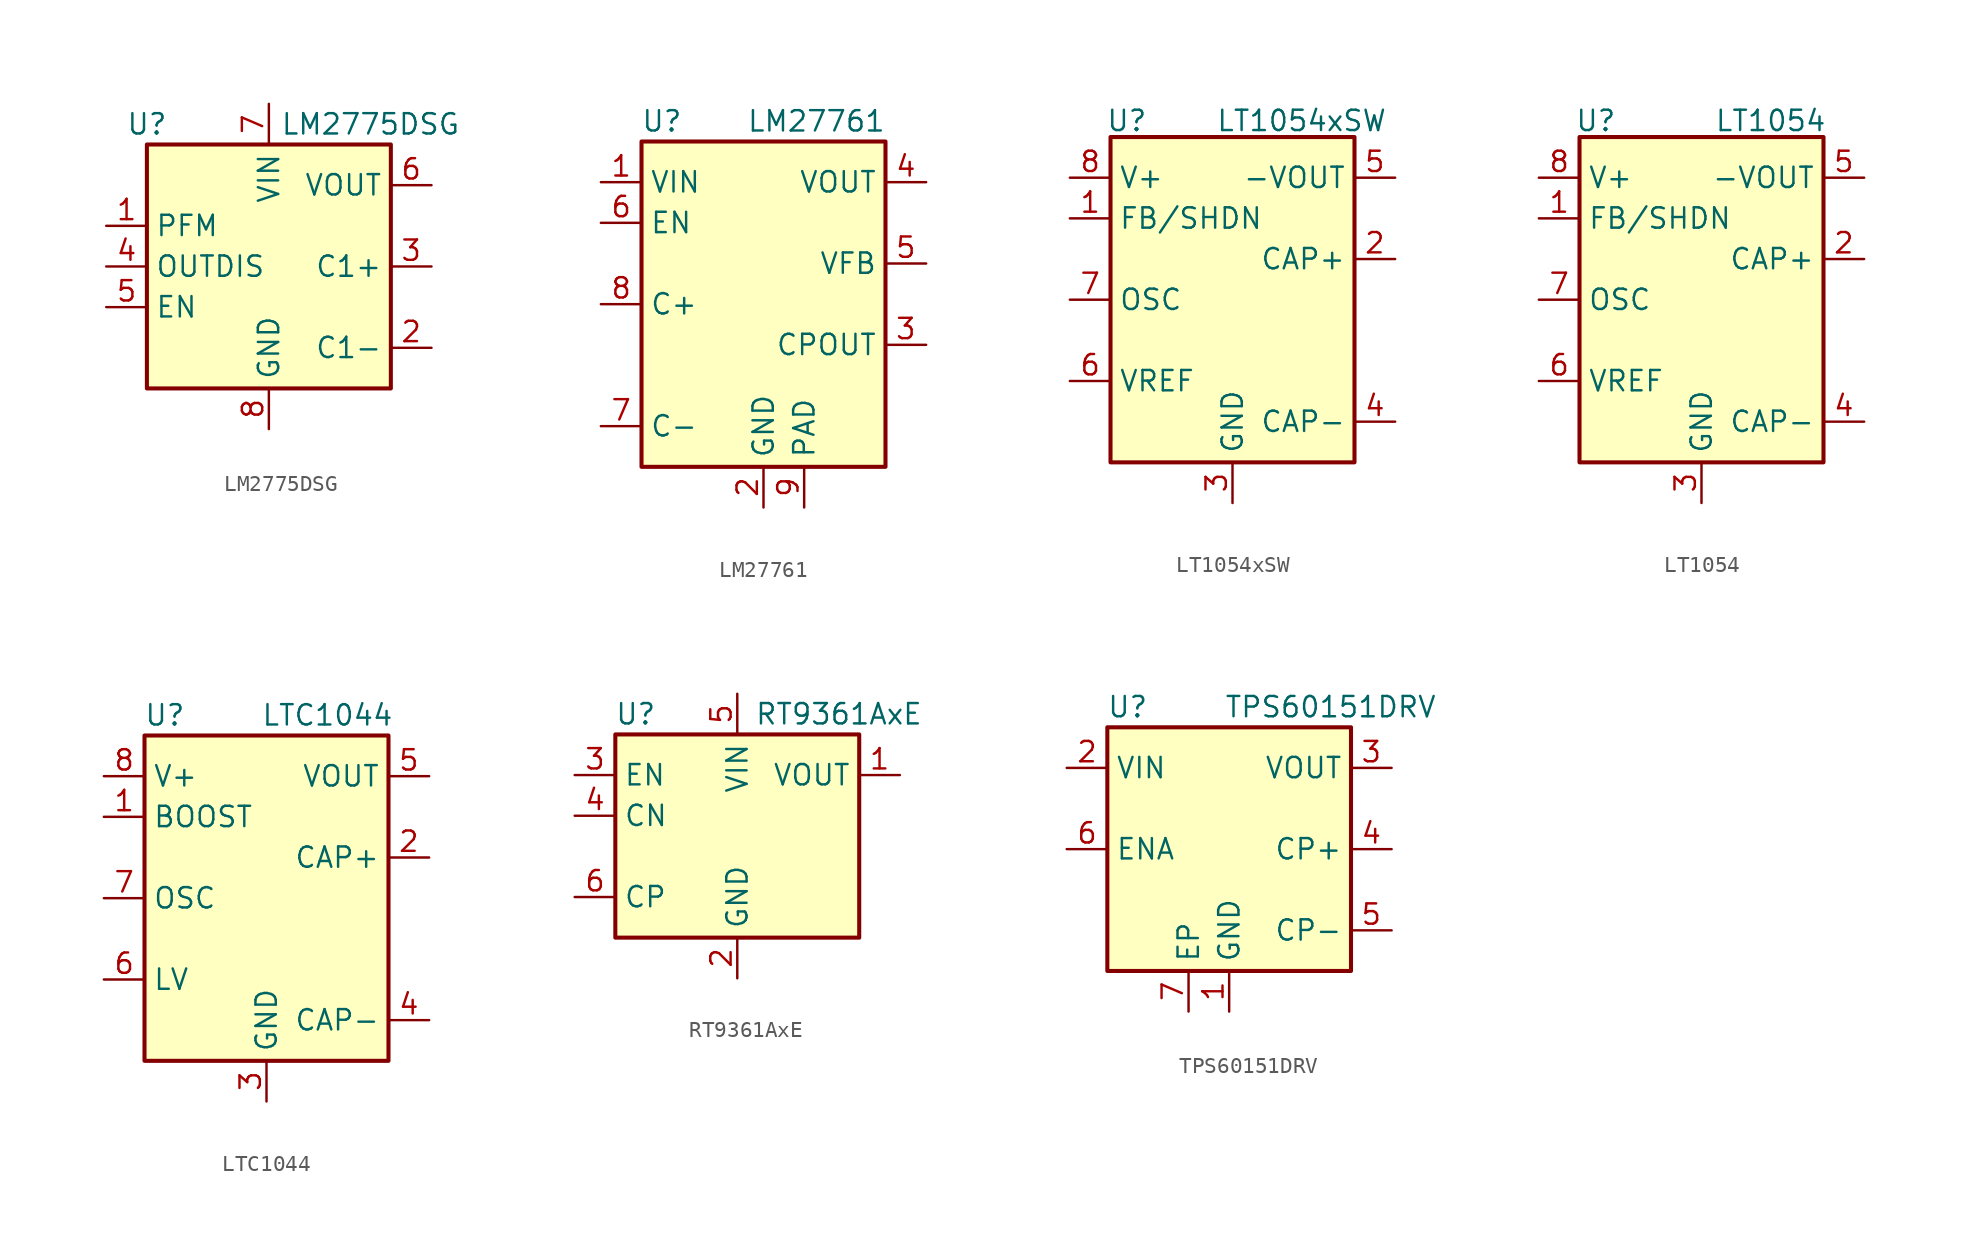
<source format=kicad_sym>
(kicad_symbol_lib
  (version 20220914)
  (generator kicad_symbol_editor)
  (symbol "LM2775DSG"
    (property "Reference" "U"
      (at -7.62 8.89 0)
      (effects (font (size 1.27 1.27))))
    (property "Value" "LM2775DSG"
      (at 6.35 8.89 0)
      (effects (font (size 1.27 1.27))))
    (symbol "LM2775DSG_0_1"
      (rectangle (start -7.62 7.62) (end 7.62 -7.62) (stroke (width 0.254) (type default)) (fill (type background))))
    (symbol "LM2775DSG_1_1"
      (pin input line (at -10.16 2.54 0) (length 2.54) (name "PFM" (effects (font (size 1.27 1.27)))) (number "1" (effects (font (size 1.27 1.27)))))
      (pin passive line (at 10.16 -5.08 180) (length 2.54) (name "C1-" (effects (font (size 1.27 1.27)))) (number "2" (effects (font (size 1.27 1.27)))))
      (pin passive line (at 10.16 0 180) (length 2.54) (name "C1+" (effects (font (size 1.27 1.27)))) (number "3" (effects (font (size 1.27 1.27)))))
      (pin input line (at -10.16 0 0) (length 2.54) (name "OUTDIS" (effects (font (size 1.27 1.27)))) (number "4" (effects (font (size 1.27 1.27)))))
      (pin input line (at -10.16 -2.54 0) (length 2.54) (name "EN" (effects (font (size 1.27 1.27)))) (number "5" (effects (font (size 1.27 1.27)))))
      (pin power_out line (at 10.16 5.08 180) (length 2.54) (name "VOUT" (effects (font (size 1.27 1.27)))) (number "6" (effects (font (size 1.27 1.27)))))
      (pin power_in line (at 0 10.16 270) (length 2.54) (name "VIN" (effects (font (size 1.27 1.27)))) (number "7" (effects (font (size 1.27 1.27)))))
      (pin power_in line (at 0 -10.16 90) (length 2.54) (name "GND" (effects (font (size 1.27 1.27)))) (number "8" (effects (font (size 1.27 1.27)))))
      (pin passive line (at 0 -10.16 90) (length 2.54) hide (name "GND" (effects (font (size 1.27 1.27)))) (number "9" (effects (font (size 1.27 1.27)))))))
  (symbol "LM27761"
    (property "Reference" "U"
      (at -6.35 11.43 0)
      (effects (font (size 1.27 1.27))))
    (property "Value" "LM27761"
      (at 3.302 11.43 0)
      (effects (font (size 1.27 1.27))))
    (symbol "LM27761_0_1"
      (rectangle (start -7.62 10.16) (end 7.62 -10.16) (stroke (width 0.254) (type default)) (fill (type background))))
    (symbol "LM27761_1_1"
      (pin power_in line (at -10.16 7.62 0) (length 2.54) (name "VIN" (effects (font (size 1.27 1.27)))) (number "1" (effects (font (size 1.27 1.27)))))
      (pin power_in line (at 0 -12.7 90) (length 2.54) (name "GND" (effects (font (size 1.27 1.27)))) (number "2" (effects (font (size 1.27 1.27)))))
      (pin power_out line (at 10.16 -2.54 180) (length 2.54) (name "CPOUT" (effects (font (size 1.27 1.27)))) (number "3" (effects (font (size 1.27 1.27)))))
      (pin power_out line (at 10.16 7.62 180) (length 2.54) (name "VOUT" (effects (font (size 1.27 1.27)))) (number "4" (effects (font (size 1.27 1.27)))))
      (pin input line (at 10.16 2.54 180) (length 2.54) (name "VFB" (effects (font (size 1.27 1.27)))) (number "5" (effects (font (size 1.27 1.27)))))
      (pin input line (at -10.16 5.08 0) (length 2.54) (name "EN" (effects (font (size 1.27 1.27)))) (number "6" (effects (font (size 1.27 1.27)))))
      (pin passive line (at -10.16 -7.62 0) (length 2.54) (name "C-" (effects (font (size 1.27 1.27)))) (number "7" (effects (font (size 1.27 1.27)))))
      (pin passive line (at -10.16 0 0) (length 2.54) (name "C+" (effects (font (size 1.27 1.27)))) (number "8" (effects (font (size 1.27 1.27)))))
      (pin power_in line (at 2.54 -12.7 90) (length 2.54) (name "PAD" (effects (font (size 1.27 1.27)))) (number "9" (effects (font (size 1.27 1.27)))))))
  (symbol "LT1054xSW"
    (property "Reference" "U"
      (at -6.604 11.176 0)
      (effects (font (size 1.27 1.27))))
    (property "Value" "LT1054xSW"
      (at 4.318 11.176 0)
      (effects (font (size 1.27 1.27))))
    (symbol "LT1054xSW_0_1"
      (rectangle (start -7.62 10.16) (end 7.62 -10.16) (stroke (width 0.254) (type default)) (fill (type background))))
    (symbol "LT1054xSW_1_1"
      (pin input line (at -10.16 5.08 0) (length 2.54) (name "FB/SHDN" (effects (font (size 1.27 1.27)))) (number "1" (effects (font (size 1.27 1.27)))))
      (pin input line (at 10.16 2.54 180) (length 2.54) (name "CAP+" (effects (font (size 1.27 1.27)))) (number "2" (effects (font (size 1.27 1.27)))))
      (pin power_in line (at 0 -12.7 90) (length 2.54) (name "GND" (effects (font (size 1.27 1.27)))) (number "3" (effects (font (size 1.27 1.27)))))
      (pin input line (at 10.16 -7.62 180) (length 2.54) (name "CAP-" (effects (font (size 1.27 1.27)))) (number "4" (effects (font (size 1.27 1.27)))))
      (pin power_out line (at 10.16 7.62 180) (length 2.54) (name "-VOUT" (effects (font (size 1.27 1.27)))) (number "5" (effects (font (size 1.27 1.27)))))
      (pin output line (at -10.16 -5.08 0) (length 2.54) (name "VREF" (effects (font (size 1.27 1.27)))) (number "6" (effects (font (size 1.27 1.27)))))
      (pin input line (at -10.16 0 0) (length 2.54) (name "OSC" (effects (font (size 1.27 1.27)))) (number "7" (effects (font (size 1.27 1.27)))))
      (pin power_in line (at -10.16 7.62 0) (length 2.54) (name "V+" (effects (font (size 1.27 1.27)))) (number "8" (effects (font (size 1.27 1.27)))))))
  (symbol "LT1054"
    (property "Reference" "U"
      (at -6.604 11.176 0)
      (effects (font (size 1.27 1.27))))
    (property "Value" "LT1054"
      (at 4.318 11.176 0)
      (effects (font (size 1.27 1.27))))
    (symbol "LT1054_0_1"
      (rectangle (start -7.62 10.16) (end 7.62 -10.16) (stroke (width 0.254) (type default)) (fill (type background))))
    (symbol "LT1054_1_1"
      (pin input line (at -10.16 5.08 0) (length 2.54) (name "FB/SHDN" (effects (font (size 1.27 1.27)))) (number "1" (effects (font (size 1.27 1.27)))))
      (pin input line (at 10.16 2.54 180) (length 2.54) (name "CAP+" (effects (font (size 1.27 1.27)))) (number "2" (effects (font (size 1.27 1.27)))))
      (pin power_in line (at 0 -12.7 90) (length 2.54) (name "GND" (effects (font (size 1.27 1.27)))) (number "3" (effects (font (size 1.27 1.27)))))
      (pin input line (at 10.16 -7.62 180) (length 2.54) (name "CAP-" (effects (font (size 1.27 1.27)))) (number "4" (effects (font (size 1.27 1.27)))))
      (pin power_out line (at 10.16 7.62 180) (length 2.54) (name "-VOUT" (effects (font (size 1.27 1.27)))) (number "5" (effects (font (size 1.27 1.27)))))
      (pin output line (at -10.16 -5.08 0) (length 2.54) (name "VREF" (effects (font (size 1.27 1.27)))) (number "6" (effects (font (size 1.27 1.27)))))
      (pin input line (at -10.16 0 0) (length 2.54) (name "OSC" (effects (font (size 1.27 1.27)))) (number "7" (effects (font (size 1.27 1.27)))))
      (pin power_in line (at -10.16 7.62 0) (length 2.54) (name "V+" (effects (font (size 1.27 1.27)))) (number "8" (effects (font (size 1.27 1.27)))))))
  (symbol "LTC1044"
    (property "Reference" "U"
      (at -6.35 11.43 0)
      (effects (font (size 1.27 1.27))))
    (property "Value" "LTC1044"
      (at 3.81 11.43 0)
      (effects (font (size 1.27 1.27))))
    (symbol "LTC1044_0_1"
      (rectangle (start -7.62 10.16) (end 7.62 -10.16) (stroke (width 0.254) (type default)) (fill (type background))))
    (symbol "LTC1044_1_1"
      (pin input line (at -10.16 5.08 0) (length 2.54) (name "BOOST" (effects (font (size 1.27 1.27)))) (number "1" (effects (font (size 1.27 1.27)))))
      (pin input line (at 10.16 2.54 180) (length 2.54) (name "CAP+" (effects (font (size 1.27 1.27)))) (number "2" (effects (font (size 1.27 1.27)))))
      (pin power_in line (at 0 -12.7 90) (length 2.54) (name "GND" (effects (font (size 1.27 1.27)))) (number "3" (effects (font (size 1.27 1.27)))))
      (pin input line (at 10.16 -7.62 180) (length 2.54) (name "CAP-" (effects (font (size 1.27 1.27)))) (number "4" (effects (font (size 1.27 1.27)))))
      (pin power_out line (at 10.16 7.62 180) (length 2.54) (name "VOUT" (effects (font (size 1.27 1.27)))) (number "5" (effects (font (size 1.27 1.27)))))
      (pin input line (at -10.16 -5.08 0) (length 2.54) (name "LV" (effects (font (size 1.27 1.27)))) (number "6" (effects (font (size 1.27 1.27)))))
      (pin input line (at -10.16 0 0) (length 2.54) (name "OSC" (effects (font (size 1.27 1.27)))) (number "7" (effects (font (size 1.27 1.27)))))
      (pin power_in line (at -10.16 7.62 0) (length 2.54) (name "V+" (effects (font (size 1.27 1.27)))) (number "8" (effects (font (size 1.27 1.27)))))))
  (symbol "RT9361AxE"
    (property "Reference" "U"
      (at -6.35 6.35 0)
      (effects (font (size 1.27 1.27))))
    (property "Value" "RT9361AxE"
      (at 6.35 6.35 0)
      (effects (font (size 1.27 1.27))))
    (symbol "RT9361AxE_1_1"
      (rectangle (start -7.62 5.08) (end 7.62 -7.62) (stroke (width 0.254) (type default)) (fill (type background)))
      (pin power_out line (at 10.16 2.54 180) (length 2.54) (name "VOUT" (effects (font (size 1.27 1.27)))) (number "1" (effects (font (size 1.27 1.27)))))
      (pin power_in line (at 0 -10.16 90) (length 2.54) (name "GND" (effects (font (size 1.27 1.27)))) (number "2" (effects (font (size 1.27 1.27)))))
      (pin input line (at -10.16 2.54 0) (length 2.54) (name "EN" (effects (font (size 1.27 1.27)))) (number "3" (effects (font (size 1.27 1.27)))))
      (pin passive line (at -10.16 0 0) (length 2.54) (name "CN" (effects (font (size 1.27 1.27)))) (number "4" (effects (font (size 1.27 1.27)))))
      (pin power_in line (at 0 7.62 270) (length 2.54) (name "VIN" (effects (font (size 1.27 1.27)))) (number "5" (effects (font (size 1.27 1.27)))))
      (pin passive line (at -10.16 -5.08 0) (length 2.54) (name "CP" (effects (font (size 1.27 1.27)))) (number "6" (effects (font (size 1.27 1.27)))))))
  (symbol "TPS60151DRV"
    (property "Reference" "U"
      (at -6.35 8.89 0)
      (effects (font (size 1.27 1.27))))
    (property "Value" "TPS60151DRV"
      (at 6.35 8.89 0)
      (effects (font (size 1.27 1.27))))
    (symbol "TPS60151DRV_0_1"
      (rectangle (start -7.62 7.62) (end 7.62 -7.62) (stroke (width 0.254) (type default)) (fill (type background))))
    (symbol "TPS60151DRV_1_1"
      (pin power_in line (at 0 -10.16 90) (length 2.54) (name "GND" (effects (font (size 1.27 1.27)))) (number "1" (effects (font (size 1.27 1.27)))))
      (pin power_in line (at -10.16 5.08 0) (length 2.54) (name "VIN" (effects (font (size 1.27 1.27)))) (number "2" (effects (font (size 1.27 1.27)))))
      (pin power_out line (at 10.16 5.08 180) (length 2.54) (name "VOUT" (effects (font (size 1.27 1.27)))) (number "3" (effects (font (size 1.27 1.27)))))
      (pin passive line (at 10.16 0 180) (length 2.54) (name "CP+" (effects (font (size 1.27 1.27)))) (number "4" (effects (font (size 1.27 1.27)))))
      (pin passive line (at 10.16 -5.08 180) (length 2.54) (name "CP-" (effects (font (size 1.27 1.27)))) (number "5" (effects (font (size 1.27 1.27)))))
      (pin input line (at -10.16 0 0) (length 2.54) (name "ENA" (effects (font (size 1.27 1.27)))) (number "6" (effects (font (size 1.27 1.27)))))
      (pin passive line (at -2.54 -10.16 90) (length 2.54) (name "EP" (effects (font (size 1.27 1.27)))) (number "7" (effects (font (size 1.27 1.27))))))))
</source>
